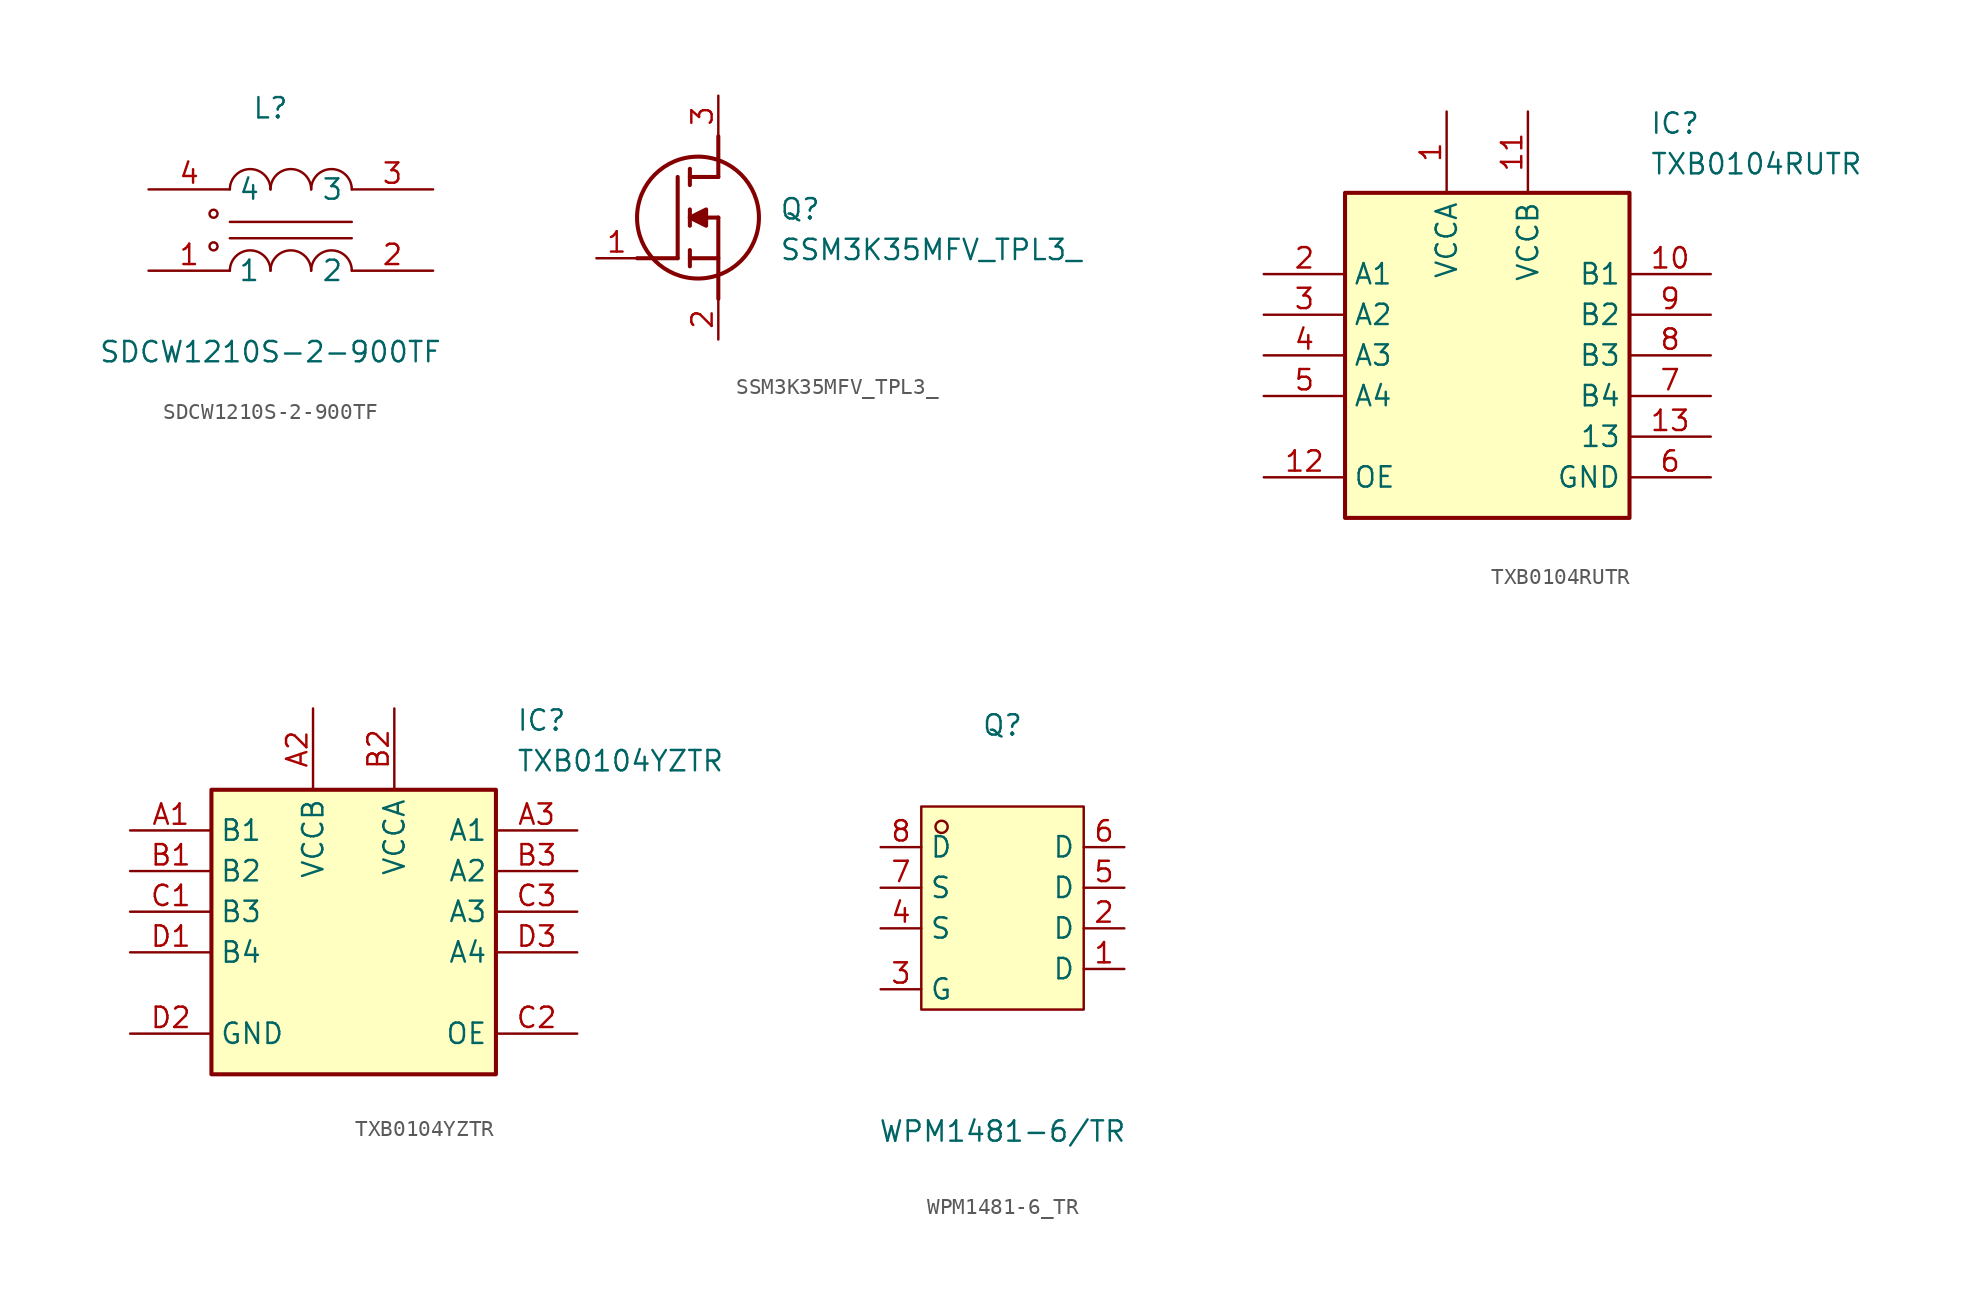
<source format=kicad_sym>
(kicad_symbol_lib
  (version 20231120)
  (generator "kicad_symbol_editor")
  (generator_version "8.0")
  (symbol "SDCW1210S-2-900TF"
    (property "Reference" "L"
      (at 0 7.62 0)
      (effects (font (size 1.27 1.27))))
    (property "Value" "SDCW1210S-2-900TF"
      (at 0 -7.62 0)
      (effects (font (size 1.27 1.27))))
    (symbol "SDCW1210S-2-900TF_0_1"
      (circle (center -3.56 -1.02) (radius 0.25) (stroke (width 0) (type default)) (fill (type none)))
      (circle (center -3.56 1.02) (radius 0.25) (stroke (width 0) (type default)) (fill (type none)))
      (arc (start 0 -2.54) (mid -1.27 -1.271) (end -2.54 -2.54) (stroke (width 0) (type default)) (fill (type none)))
      (polyline (pts (xy -2.54 -0.51) (xy 5.08 -0.51)) (stroke (width 0) (type default)) (fill (type none)))
      (polyline (pts (xy -2.54 0.51) (xy 5.08 0.51)) (stroke (width 0) (type default)) (fill (type none)))
      (arc (start 0 2.54) (mid -1 3.78) (end -2.54 2.54) (stroke (width 0) (type default)) (fill (type none)))
      (arc (start 2.54 -2.54) (mid 1.27 -1.271) (end 0 -2.54) (stroke (width 0) (type default)) (fill (type none)))
      (arc (start 2.54 2.54) (mid 1.54 3.78) (end 0 2.54) (stroke (width 0) (type default)) (fill (type none)))
      (arc (start 5.08 -2.54) (mid 3.81 -1.271) (end 2.54 -2.54) (stroke (width 0) (type default)) (fill (type none)))
      (arc (start 5.08 2.54) (mid 4.08 3.78) (end 2.54 2.54) (stroke (width 0) (type default)) (fill (type none)))
      (pin unspecified line (at -7.62 -2.54 0) (length 5.08) (name "1" (effects (font (size 1.27 1.27)))) (number "1" (effects (font (size 1.27 1.27)))))
      (pin unspecified line (at 10.16 -2.54 180) (length 5.08) (name "2" (effects (font (size 1.27 1.27)))) (number "2" (effects (font (size 1.27 1.27)))))
      (pin unspecified line (at 10.16 2.54 180) (length 5.08) (name "3" (effects (font (size 1.27 1.27)))) (number "3" (effects (font (size 1.27 1.27)))))
      (pin unspecified line (at -7.62 2.54 0) (length 5.08) (name "4" (effects (font (size 1.27 1.27)))) (number "4" (effects (font (size 1.27 1.27)))))))
  (symbol "SSM3K35MFV_TPL3_"
    (pin_names hide)
    (property "Reference" "Q"
      (at 11.43 3.81 0)
      (effects (font (size 1.27 1.27)) (justify left top)))
    (property "Value" "SSM3K35MFV_TPL3_"
      (at 11.43 1.27 0)
      (effects (font (size 1.27 1.27)) (justify left top)))
    (symbol "SSM3K35MFV_TPL3__1_1"
      (polyline (pts (xy 2.54 0) (xy 5.08 0)) (stroke (width 0.254) (type default)) (fill (type none)))
      (polyline (pts (xy 5.08 5.08) (xy 5.08 0)) (stroke (width 0.254) (type default)) (fill (type none)))
      (polyline (pts (xy 5.842 -0.508) (xy 5.842 0.508)) (stroke (width 0.254) (type default)) (fill (type none)))
      (polyline (pts (xy 5.842 0) (xy 7.62 0)) (stroke (width 0.254) (type default)) (fill (type none)))
      (polyline (pts (xy 5.842 2.032) (xy 5.842 3.048)) (stroke (width 0.254) (type default)) (fill (type none)))
      (polyline (pts (xy 5.842 5.588) (xy 5.842 4.572)) (stroke (width 0.254) (type default)) (fill (type none)))
      (polyline (pts (xy 7.62 2.54) (xy 5.842 2.54)) (stroke (width 0.254) (type default)) (fill (type none)))
      (polyline (pts (xy 7.62 2.54) (xy 7.62 -2.54)) (stroke (width 0.254) (type default)) (fill (type none)))
      (polyline (pts (xy 7.62 5.08) (xy 5.842 5.08)) (stroke (width 0.254) (type default)) (fill (type none)))
      (polyline (pts (xy 7.62 5.08) (xy 7.62 7.62)) (stroke (width 0.254) (type default)) (fill (type none)))
      (polyline (pts (xy 5.842 2.54) (xy 6.858 3.048) (xy 6.858 2.032) (xy 5.842 2.54)) (stroke (width 0.254) (type default)) (fill (type outline)))
      (circle (center 6.35 2.54) (radius 3.81) (stroke (width 0.254) (type default)) (fill (type none)))
      (pin passive line (at 0 0 0) (length 2.54) (name "G" (effects (font (size 1.27 1.27)))) (number "1" (effects (font (size 1.27 1.27)))))
      (pin passive line (at 7.62 -5.08 90) (length 2.54) (name "S" (effects (font (size 1.27 1.27)))) (number "2" (effects (font (size 1.27 1.27)))))
      (pin passive line (at 7.62 10.16 270) (length 2.54) (name "D" (effects (font (size 1.27 1.27)))) (number "3" (effects (font (size 1.27 1.27)))))))
  (symbol "TXB0104RUTR"
    (property "Reference" "IC"
      (at 24.13 7.62 0)
      (effects (font (size 1.27 1.27)) (justify left top)))
    (property "Value" "TXB0104RUTR"
      (at 24.13 5.08 0)
      (effects (font (size 1.27 1.27)) (justify left top)))
    (symbol "TXB0104RUTR_1_1"
      (rectangle (start 5.08 2.54) (end 22.86 -17.78) (stroke (width 0.254) (type default)) (fill (type background)))
      (pin passive line (at 11.43 7.62 270) (length 5.08) (name "VCCA" (effects (font (size 1.27 1.27)))) (number "1" (effects (font (size 1.27 1.27)))))
      (pin passive line (at 27.94 -2.54 180) (length 5.08) (name "B1" (effects (font (size 1.27 1.27)))) (number "10" (effects (font (size 1.27 1.27)))))
      (pin passive line (at 16.51 7.62 270) (length 5.08) (name "VCCB" (effects (font (size 1.27 1.27)))) (number "11" (effects (font (size 1.27 1.27)))))
      (pin passive line (at 0 -15.24 0) (length 5.08) (name "OE" (effects (font (size 1.27 1.27)))) (number "12" (effects (font (size 1.27 1.27)))))
      (pin passive line (at 27.94 -12.7 180) (length 5.08) (name "13" (effects (font (size 1.27 1.27)))) (number "13" (effects (font (size 1.27 1.27)))))
      (pin passive line (at 0 -2.54 0) (length 5.08) (name "A1" (effects (font (size 1.27 1.27)))) (number "2" (effects (font (size 1.27 1.27)))))
      (pin passive line (at 0 -5.08 0) (length 5.08) (name "A2" (effects (font (size 1.27 1.27)))) (number "3" (effects (font (size 1.27 1.27)))))
      (pin passive line (at 0 -7.62 0) (length 5.08) (name "A3" (effects (font (size 1.27 1.27)))) (number "4" (effects (font (size 1.27 1.27)))))
      (pin passive line (at 0 -10.16 0) (length 5.08) (name "A4" (effects (font (size 1.27 1.27)))) (number "5" (effects (font (size 1.27 1.27)))))
      (pin passive line (at 27.94 -15.24 180) (length 5.08) (name "GND" (effects (font (size 1.27 1.27)))) (number "6" (effects (font (size 1.27 1.27)))))
      (pin passive line (at 27.94 -10.16 180) (length 5.08) (name "B4" (effects (font (size 1.27 1.27)))) (number "7" (effects (font (size 1.27 1.27)))))
      (pin passive line (at 27.94 -7.62 180) (length 5.08) (name "B3" (effects (font (size 1.27 1.27)))) (number "8" (effects (font (size 1.27 1.27)))))
      (pin passive line (at 27.94 -5.08 180) (length 5.08) (name "B2" (effects (font (size 1.27 1.27)))) (number "9" (effects (font (size 1.27 1.27)))))))
  (symbol "TXB0104YZTR"
    (property "Reference" "IC"
      (at 24.13 7.62 0)
      (effects (font (size 1.27 1.27)) (justify left top)))
    (property "Value" "TXB0104YZTR"
      (at 24.13 5.08 0)
      (effects (font (size 1.27 1.27)) (justify left top)))
    (symbol "TXB0104YZTR_1_1"
      (rectangle (start 5.08 2.54) (end 22.86 -15.24) (stroke (width 0.254) (type default)) (fill (type background)))
      (pin passive line (at 0 0 0) (length 5.08) (name "B1" (effects (font (size 1.27 1.27)))) (number "A1" (effects (font (size 1.27 1.27)))))
      (pin passive line (at 11.43 7.62 270) (length 5.08) (name "VCCB" (effects (font (size 1.27 1.27)))) (number "A2" (effects (font (size 1.27 1.27)))))
      (pin passive line (at 27.94 0 180) (length 5.08) (name "A1" (effects (font (size 1.27 1.27)))) (number "A3" (effects (font (size 1.27 1.27)))))
      (pin passive line (at 0 -2.54 0) (length 5.08) (name "B2" (effects (font (size 1.27 1.27)))) (number "B1" (effects (font (size 1.27 1.27)))))
      (pin passive line (at 16.51 7.62 270) (length 5.08) (name "VCCA" (effects (font (size 1.27 1.27)))) (number "B2" (effects (font (size 1.27 1.27)))))
      (pin passive line (at 27.94 -2.54 180) (length 5.08) (name "A2" (effects (font (size 1.27 1.27)))) (number "B3" (effects (font (size 1.27 1.27)))))
      (pin passive line (at 0 -5.08 0) (length 5.08) (name "B3" (effects (font (size 1.27 1.27)))) (number "C1" (effects (font (size 1.27 1.27)))))
      (pin passive line (at 27.94 -12.7 180) (length 5.08) (name "OE" (effects (font (size 1.27 1.27)))) (number "C2" (effects (font (size 1.27 1.27)))))
      (pin passive line (at 27.94 -5.08 180) (length 5.08) (name "A3" (effects (font (size 1.27 1.27)))) (number "C3" (effects (font (size 1.27 1.27)))))
      (pin passive line (at 0 -7.62 0) (length 5.08) (name "B4" (effects (font (size 1.27 1.27)))) (number "D1" (effects (font (size 1.27 1.27)))))
      (pin passive line (at 0 -12.7 0) (length 5.08) (name "GND" (effects (font (size 1.27 1.27)))) (number "D2" (effects (font (size 1.27 1.27)))))
      (pin passive line (at 27.94 -7.62 180) (length 5.08) (name "A4" (effects (font (size 1.27 1.27)))) (number "D3" (effects (font (size 1.27 1.27)))))))
  (symbol "WPM1481-6_TR"
    (property "Reference" "Q"
      (at 0 12.7 0)
      (effects (font (size 1.27 1.27))))
    (property "Value" "WPM1481-6/TR"
      (at 0 -12.7 0)
      (effects (font (size 1.27 1.27))))
    (symbol "WPM1481-6_TR_0_1"
      (rectangle (start -5.08 7.62) (end 5.08 -5.08) (stroke (width 0) (type default)) (fill (type background)))
      (circle (center -3.81 6.35) (radius 0.38) (stroke (width 0) (type default)) (fill (type none)))
      (pin unspecified line (at 7.62 -2.54 180) (length 2.54) (name "D" (effects (font (size 1.27 1.27)))) (number "1" (effects (font (size 1.27 1.27)))))
      (pin unspecified line (at 7.62 0 180) (length 2.54) (name "D" (effects (font (size 1.27 1.27)))) (number "2" (effects (font (size 1.27 1.27)))))
      (pin unspecified line (at -7.62 -3.81 0) (length 2.54) (name "G" (effects (font (size 1.27 1.27)))) (number "3" (effects (font (size 1.27 1.27)))))
      (pin unspecified line (at -7.62 0 0) (length 2.54) (name "S" (effects (font (size 1.27 1.27)))) (number "4" (effects (font (size 1.27 1.27)))))
      (pin unspecified line (at 7.62 2.54 180) (length 2.54) (name "D" (effects (font (size 1.27 1.27)))) (number "5" (effects (font (size 1.27 1.27)))))
      (pin unspecified line (at 7.62 5.08 180) (length 2.54) (name "D" (effects (font (size 1.27 1.27)))) (number "6" (effects (font (size 1.27 1.27)))))
      (pin unspecified line (at -7.62 2.54 0) (length 2.54) (name "S" (effects (font (size 1.27 1.27)))) (number "7" (effects (font (size 1.27 1.27)))))
      (pin unspecified line (at -7.62 5.08 0) (length 2.54) (name "D" (effects (font (size 1.27 1.27)))) (number "8" (effects (font (size 1.27 1.27))))))))
</source>
